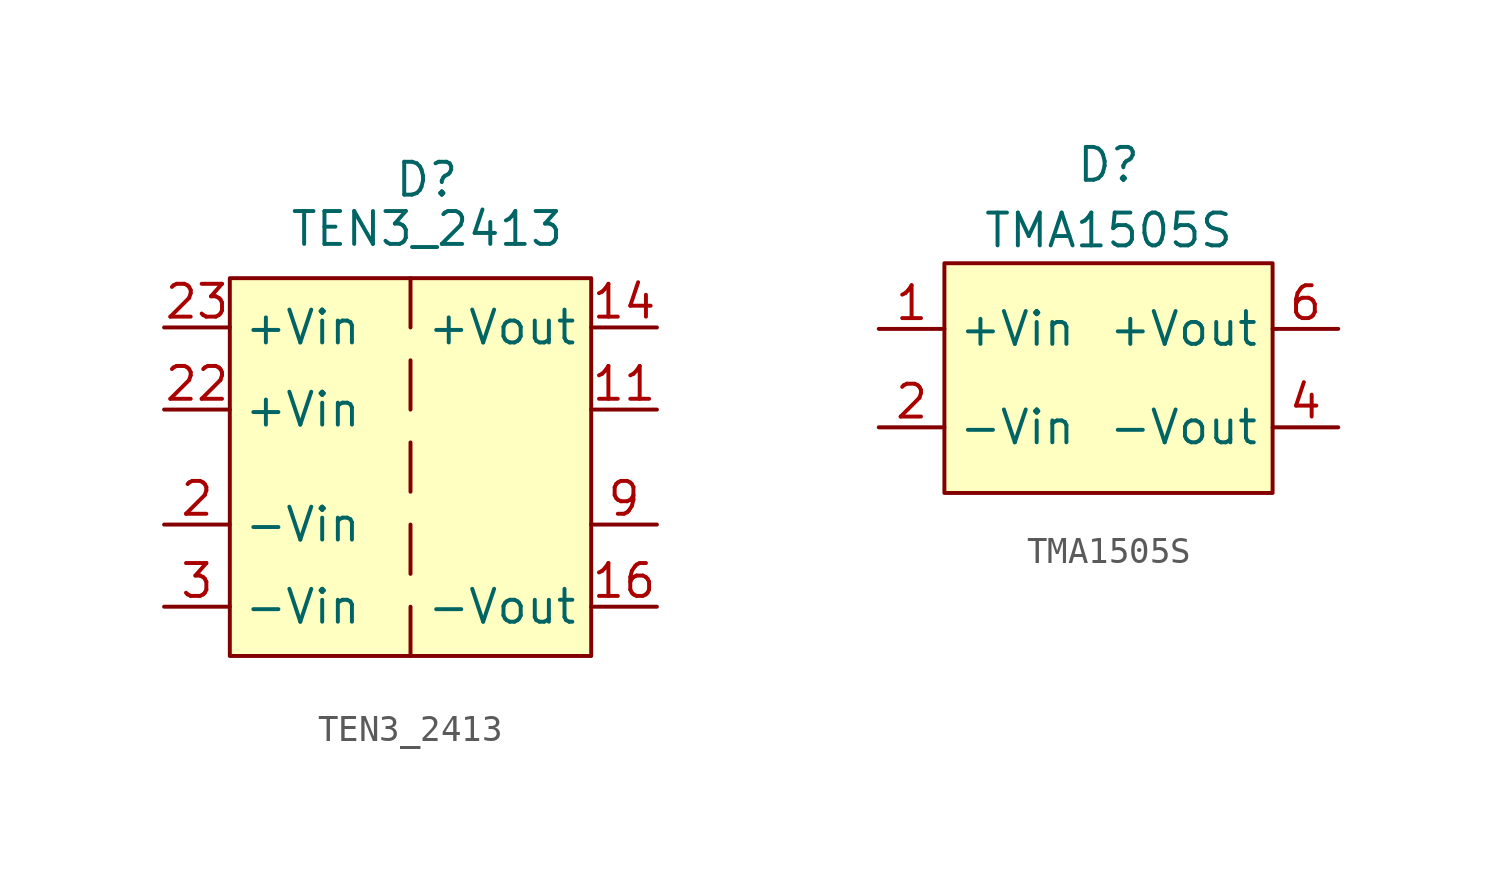
<source format=kicad_sym>
(kicad_symbol_lib
  (version 20211014)
  (generator kicad_symbol_editor)
  (symbol "TEN3_2413"
    (property "Reference" "D"
      (at 0 0 0)
      (effects (font (size 1.27 1.27))))
    (property "Value" "TEN3_2413"
      (at 0 -1.905 0)
      (effects (font (size 1.27 1.27))))
    (symbol "TEN3_2413_0_1"
      (rectangle (start -7.62 -3.81) (end 6.35 -18.415) (stroke (width 0) (type default) (color 0 0 0 0)) (fill (type background)))
      (polyline (pts (xy -0.635 -16.51) (xy -0.635 -18.415)) (stroke (width 0) (type default) (color 0 0 0 0)) (fill (type none)))
      (polyline (pts (xy -0.635 -13.335) (xy -0.635 -15.24)) (stroke (width 0) (type default) (color 0 0 0 0)) (fill (type none)))
      (polyline (pts (xy -0.635 -10.16) (xy -0.635 -12.065)) (stroke (width 0) (type default) (color 0 0 0 0)) (fill (type none)))
      (polyline (pts (xy -0.635 -6.985) (xy -0.635 -8.89)) (stroke (width 0) (type default) (color 0 0 0 0)) (fill (type none)))
      (polyline (pts (xy -0.635 -3.81) (xy -0.635 -5.715)) (stroke (width 0) (type default) (color 0 0 0 0)) (fill (type none))))
    (symbol "TEN3_2413_1_1"
      (pin input line (at 8.89 -8.89 180) (length 2.54) (name "" (effects (font (size 1.27 1.27)))) (number "11" (effects (font (size 1.27 1.27)))))
      (pin input line (at 8.89 -5.715 180) (length 2.54) (name "+Vout" (effects (font (size 1.27 1.27)))) (number "14" (effects (font (size 1.27 1.27)))))
      (pin input line (at 8.89 -16.51 180) (length 2.54) (name "-Vout" (effects (font (size 1.27 1.27)))) (number "16" (effects (font (size 1.27 1.27)))))
      (pin input line (at -10.16 -13.335 0) (length 2.54) (name "-Vin" (effects (font (size 1.27 1.27)))) (number "2" (effects (font (size 1.27 1.27)))))
      (pin input line (at -10.16 -8.89 0) (length 2.54) (name "+Vin" (effects (font (size 1.27 1.27)))) (number "22" (effects (font (size 1.27 1.27)))))
      (pin input line (at -10.16 -5.715 0) (length 2.54) (name "+Vin" (effects (font (size 1.27 1.27)))) (number "23" (effects (font (size 1.27 1.27)))))
      (pin input line (at -10.16 -16.51 0) (length 2.54) (name "-Vin" (effects (font (size 1.27 1.27)))) (number "3" (effects (font (size 1.27 1.27)))))
      (pin input line (at 8.89 -13.335 180) (length 2.54) (name "" (effects (font (size 1.27 1.27)))) (number "9" (effects (font (size 1.27 1.27)))))))
  (symbol "TMA1505S"
    (property "Reference" "D"
      (at 0 0 0)
      (effects (font (size 1.27 1.27))))
    (property "Value" "TMA1505S"
      (at 0 -2.54 0)
      (effects (font (size 1.27 1.27))))
    (symbol "TMA1505S_0_1"
      (rectangle (start -6.35 -3.81) (end 6.35 -12.7) (stroke (width 0) (type default) (color 0 0 0 0)) (fill (type background))))
    (symbol "TMA1505S_1_1"
      (pin input line (at -8.89 -6.35 0) (length 2.54) (name "+Vin" (effects (font (size 1.27 1.27)))) (number "1" (effects (font (size 1.27 1.27)))))
      (pin input line (at -8.89 -10.16 0) (length 2.54) (name "-Vin" (effects (font (size 1.27 1.27)))) (number "2" (effects (font (size 1.27 1.27)))))
      (pin input line (at 8.89 -10.16 180) (length 2.54) (name "-Vout" (effects (font (size 1.27 1.27)))) (number "4" (effects (font (size 1.27 1.27)))))
      (pin input line (at 8.89 -6.35 180) (length 2.54) (name "+Vout" (effects (font (size 1.27 1.27)))) (number "6" (effects (font (size 1.27 1.27))))))))
</source>
